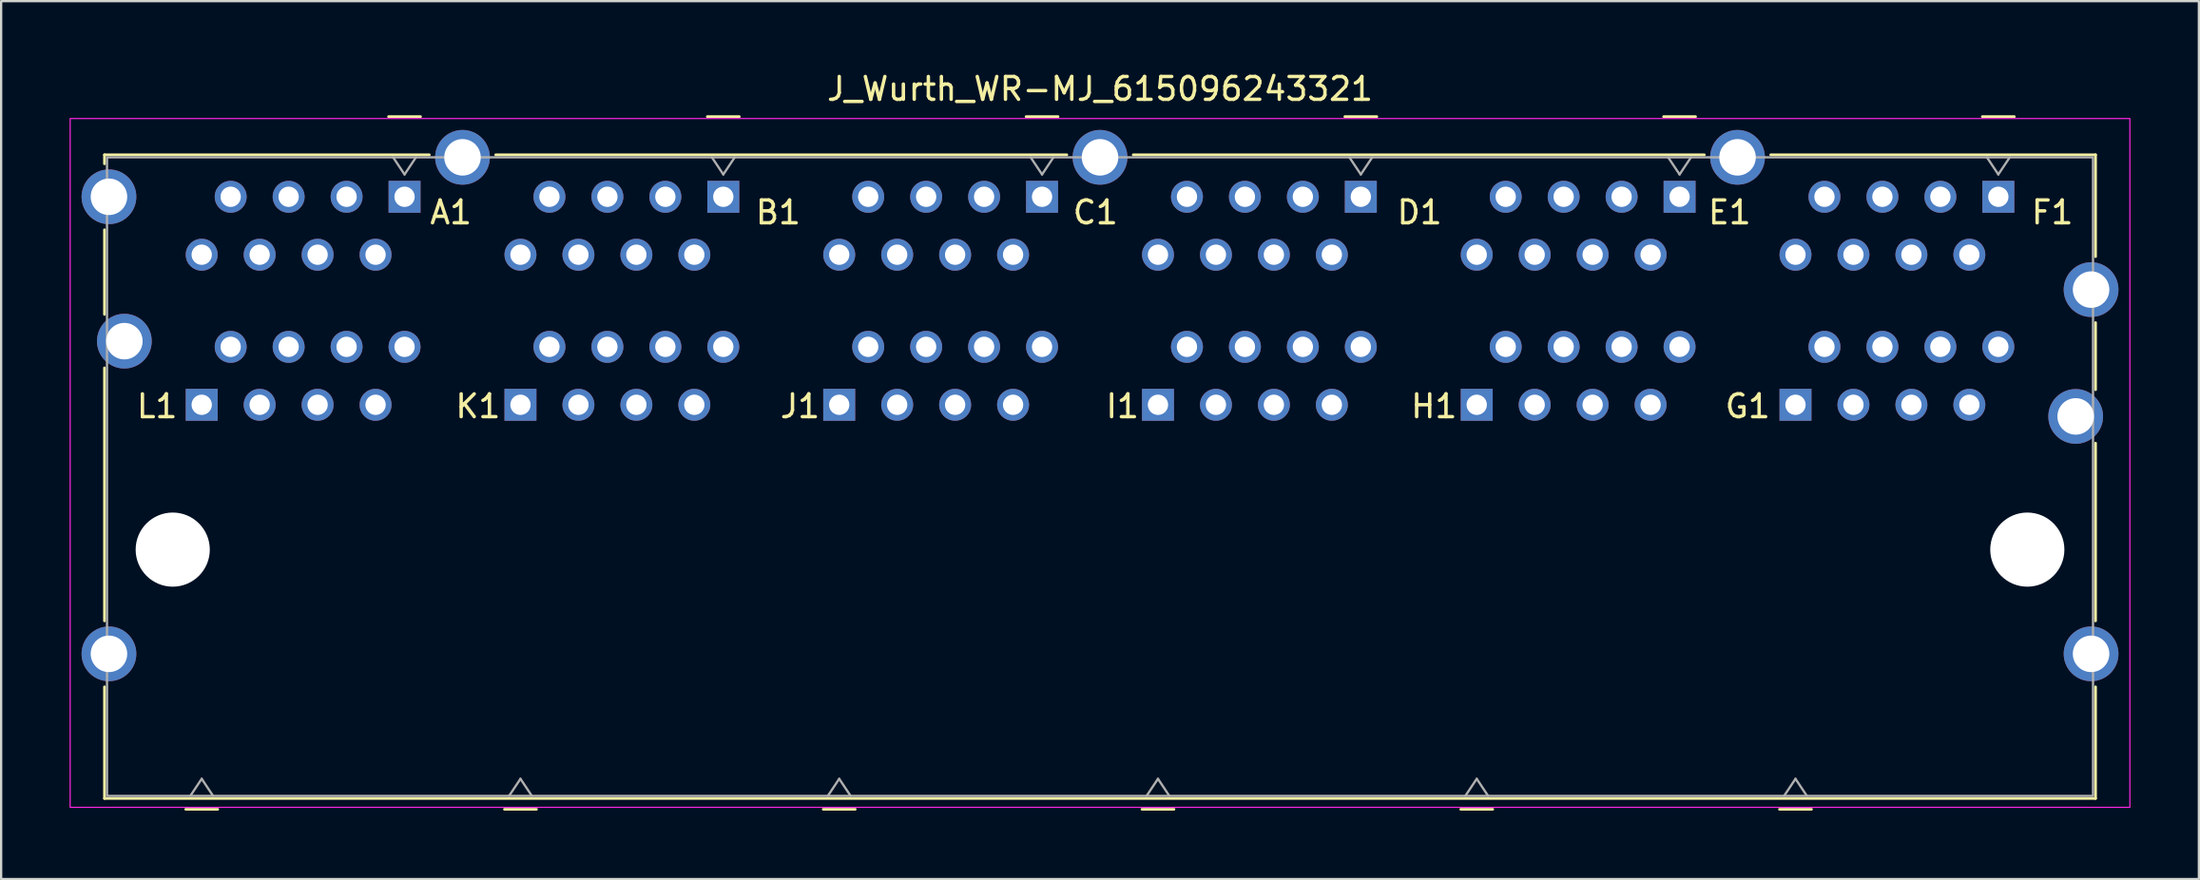
<source format=kicad_pcb>
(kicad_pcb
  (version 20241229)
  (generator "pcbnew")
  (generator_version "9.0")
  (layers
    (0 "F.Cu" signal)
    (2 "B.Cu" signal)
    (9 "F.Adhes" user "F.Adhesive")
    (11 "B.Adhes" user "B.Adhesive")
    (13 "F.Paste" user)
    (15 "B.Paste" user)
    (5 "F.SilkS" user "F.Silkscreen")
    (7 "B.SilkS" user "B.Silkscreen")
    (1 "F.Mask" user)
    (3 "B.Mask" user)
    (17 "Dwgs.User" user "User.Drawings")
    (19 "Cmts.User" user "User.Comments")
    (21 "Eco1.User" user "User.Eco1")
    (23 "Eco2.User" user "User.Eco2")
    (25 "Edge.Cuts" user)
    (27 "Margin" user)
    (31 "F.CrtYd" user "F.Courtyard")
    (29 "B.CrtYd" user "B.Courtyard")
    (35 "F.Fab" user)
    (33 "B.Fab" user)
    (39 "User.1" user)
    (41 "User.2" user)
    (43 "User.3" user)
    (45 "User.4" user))
  (footprint "J_Wurth_WR-MJ_615096243321"
    (layer "F.Cu")
    (at 14.68 5.578)
    (property "Reference" "J_Wurth_WR-MJ_615096243321" (at 30.48 -4.73 0) (unlocked yes) (layer "F.SilkS") (effects (font (size 1 1) (thickness 0.15))))
    (attr through_hole)
    (fp_line (start -13.15 1.447) (end -13.15 5.158) (stroke (width 0.12) (type solid)) (layer "F.SilkS"))
    (fp_line (start -13.15 -1.447) (end -13.15 -1.84) (stroke (width 0.12) (type solid)) (layer "F.SilkS"))
    (fp_line (start -13.15 7.502) (end -13.15 18.593) (stroke (width 0.12) (type solid)) (layer "F.SilkS"))
    (fp_line (start -13.15 21.487) (end -13.15 26.38) (stroke (width 0.12) (type solid)) (layer "F.SilkS"))
    (fp_line (start -9.59 26.855) (end -8.19 26.855) (stroke (width 0.12) (type solid)) (layer "F.SilkS"))
    (fp_line (start 0.7 -3.515) (end -0.7 -3.515) (stroke (width 0.12) (type solid)) (layer "F.SilkS"))
    (fp_line (start 1.084 -1.84) (end -13.15 -1.84) (stroke (width 0.12) (type solid)) (layer "F.SilkS"))
    (fp_line (start 3.996 -1.84) (end 29.024 -1.84) (stroke (width 0.12) (type solid)) (layer "F.SilkS"))
    (fp_line (start 4.38 26.855) (end 5.78 26.855) (stroke (width 0.12) (type solid)) (layer "F.SilkS"))
    (fp_line (start 14.67 -3.515) (end 13.27 -3.515) (stroke (width 0.12) (type solid)) (layer "F.SilkS"))
    (fp_line (start 18.35 26.855) (end 19.75 26.855) (stroke (width 0.12) (type solid)) (layer "F.SilkS"))
    (fp_line (start 28.64 -3.515) (end 27.24 -3.515) (stroke (width 0.12) (type solid)) (layer "F.SilkS"))
    (fp_line (start 31.936 -1.84) (end 56.964 -1.84) (stroke (width 0.12) (type solid)) (layer "F.SilkS"))
    (fp_line (start 32.32 26.855) (end 33.72 26.855) (stroke (width 0.12) (type solid)) (layer "F.SilkS"))
    (fp_line (start 42.61 -3.515) (end 41.21 -3.515) (stroke (width 0.12) (type solid)) (layer "F.SilkS"))
    (fp_line (start 46.29 26.855) (end 47.69 26.855) (stroke (width 0.12) (type solid)) (layer "F.SilkS"))
    (fp_line (start 56.58 -3.515) (end 55.18 -3.515) (stroke (width 0.12) (type solid)) (layer "F.SilkS"))
    (fp_line (start 59.876 -1.84) (end 74.11 -1.84) (stroke (width 0.12) (type solid)) (layer "F.SilkS"))
    (fp_line (start 60.26 26.855) (end 61.66 26.855) (stroke (width 0.12) (type solid)) (layer "F.SilkS"))
    (fp_line (start 70.55 -3.515) (end 69.15 -3.515) (stroke (width 0.12) (type solid)) (layer "F.SilkS"))
    (fp_line (start 74.11 5.517) (end 74.11 8.458) (stroke (width 0.12) (type solid)) (layer "F.SilkS"))
    (fp_line (start 74.11 10.802) (end 74.11 18.593) (stroke (width 0.12) (type solid)) (layer "F.SilkS"))
    (fp_line (start 74.11 21.487) (end 74.11 26.38) (stroke (width 0.12) (type solid)) (layer "F.SilkS"))
    (fp_line (start 74.11 26.38) (end -13.15 26.38) (stroke (width 0.12) (type solid)) (layer "F.SilkS"))
    (fp_line (start 74.11 2.623) (end 74.11 -1.84) (stroke (width 0.12) (type solid)) (layer "F.SilkS"))
    (fp_rect (start -14.655 -3.43) (end 75.615 26.77) (stroke (width 0.05) (type solid)) (fill no) (layer "F.CrtYd"))
    (fp_line (start -8.89 25.52) (end -9.39 26.27) (stroke (width 0.1) (type solid)) (layer "F.Fab"))
    (fp_line (start -8.89 25.52) (end -8.39 26.27) (stroke (width 0.1) (type solid)) (layer "F.Fab"))
    (fp_line (start 0 -0.98) (end -0.5 -1.73) (stroke (width 0.1) (type solid)) (layer "F.Fab"))
    (fp_line (start 0 -0.98) (end 0.5 -1.73) (stroke (width 0.1) (type solid)) (layer "F.Fab"))
    (fp_line (start 5.08 25.52) (end 4.58 26.27) (stroke (width 0.1) (type solid)) (layer "F.Fab"))
    (fp_line (start 5.08 25.52) (end 5.58 26.27) (stroke (width 0.1) (type solid)) (layer "F.Fab"))
    (fp_line (start 13.97 -0.98) (end 13.47 -1.73) (stroke (width 0.1) (type solid)) (layer "F.Fab"))
    (fp_line (start 13.97 -0.98) (end 14.47 -1.73) (stroke (width 0.1) (type solid)) (layer "F.Fab"))
    (fp_line (start 19.05 25.52) (end 18.55 26.27) (stroke (width 0.1) (type solid)) (layer "F.Fab"))
    (fp_line (start 19.05 25.52) (end 19.55 26.27) (stroke (width 0.1) (type solid)) (layer "F.Fab"))
    (fp_line (start 27.94 -0.98) (end 27.44 -1.73) (stroke (width 0.1) (type solid)) (layer "F.Fab"))
    (fp_line (start 27.94 -0.98) (end 28.44 -1.73) (stroke (width 0.1) (type solid)) (layer "F.Fab"))
    (fp_line (start 33.02 25.52) (end 32.52 26.27) (stroke (width 0.1) (type solid)) (layer "F.Fab"))
    (fp_line (start 33.02 25.52) (end 33.52 26.27) (stroke (width 0.1) (type solid)) (layer "F.Fab"))
    (fp_line (start 41.91 -0.98) (end 41.41 -1.73) (stroke (width 0.1) (type solid)) (layer "F.Fab"))
    (fp_line (start 41.91 -0.98) (end 42.41 -1.73) (stroke (width 0.1) (type solid)) (layer "F.Fab"))
    (fp_line (start 46.99 25.52) (end 46.49 26.27) (stroke (width 0.1) (type solid)) (layer "F.Fab"))
    (fp_line (start 46.99 25.52) (end 47.49 26.27) (stroke (width 0.1) (type solid)) (layer "F.Fab"))
    (fp_line (start 55.88 -0.98) (end 55.38 -1.73) (stroke (width 0.1) (type solid)) (layer "F.Fab"))
    (fp_line (start 55.88 -0.98) (end 56.38 -1.73) (stroke (width 0.1) (type solid)) (layer "F.Fab"))
    (fp_line (start 60.96 25.52) (end 60.46 26.27) (stroke (width 0.1) (type solid)) (layer "F.Fab"))
    (fp_line (start 60.96 25.52) (end 61.46 26.27) (stroke (width 0.1) (type solid)) (layer "F.Fab"))
    (fp_line (start 69.85 -0.98) (end 69.35 -1.73) (stroke (width 0.1) (type solid)) (layer "F.Fab"))
    (fp_line (start 69.85 -0.98) (end 70.35 -1.73) (stroke (width 0.1) (type solid)) (layer "F.Fab"))
    (fp_rect (start -13.04 -1.73) (end 74 26.27) (stroke (width 0.1) (type solid)) (fill no) (layer "F.Fab"))
    (fp_text user "E1" (at 57.045 1.27 0) (unlocked yes) (layer "F.SilkS") (effects (font (size 1 1) (thickness 0.15)) (justify left bottom)))
    (fp_text user "K1" (at 2.145 9.77 0) (unlocked yes) (layer "F.SilkS") (effects (font (size 1 1) (thickness 0.15)) (justify left bottom)))
    (fp_text user "H1" (at 44.02 9.77 0) (unlocked yes) (layer "F.SilkS") (effects (font (size 1 1) (thickness 0.15)) (justify left bottom)))
    (fp_text user "B1" (at 15.3 1.27 0) (unlocked yes) (layer "F.SilkS") (effects (font (size 1 1) (thickness 0.15)) (justify left bottom)))
    (fp_text user "L1" (at -11.825 9.77 0) (unlocked yes) (layer "F.SilkS") (effects (font (size 1 1) (thickness 0.15)) (justify left bottom)))
    (fp_text user "F1" (at 71.215 1.27 0) (unlocked yes) (layer "F.SilkS") (effects (font (size 1 1) (thickness 0.15)) (justify left bottom)))
    (fp_text user "I1" (at 30.65 9.77 0) (unlocked yes) (layer "F.SilkS") (effects (font (size 1 1) (thickness 0.15)) (justify left bottom)))
    (fp_text user "A1" (at 1.03 1.27 0) (unlocked yes) (layer "F.SilkS") (effects (font (size 1 1) (thickness 0.15)) (justify left bottom)))
    (fp_text user "J1" (at 16.38 9.77 0) (unlocked yes) (layer "F.SilkS") (effects (font (size 1 1) (thickness 0.15)) (justify left bottom)))
    (fp_text user "C1" (at 29.205 1.27 0) (unlocked yes) (layer "F.SilkS") (effects (font (size 1 1) (thickness 0.15)) (justify left bottom)))
    (fp_text user "D1" (at 43.41 1.27 0) (unlocked yes) (layer "F.SilkS") (effects (font (size 1 1) (thickness 0.15)) (justify left bottom)))
    (fp_text user "G1" (at 57.79 9.77 0) (unlocked yes) (layer "F.SilkS") (effects (font (size 1 1) (thickness 0.15)) (justify left bottom)))
    (pad "" np_thru_hole circle (at -10.16 15.47) (size 3.25 3.25) (drill 3.25) (layers "*.Cu" "*.Mask"))
    (pad "" np_thru_hole circle (at 71.12 15.47) (size 3.25 3.25) (drill 3.25) (layers "*.Cu" "*.Mask"))
    (pad "A1" thru_hole rect (at 0 0) (size 1.4 1.4) (drill 0.89) (layers "*.Cu" "*.Mask"))
    (pad "A2" thru_hole circle (at -1.27 2.54) (size 1.4 1.4) (drill 0.89) (layers "*.Cu" "*.Mask"))
    (pad "A3" thru_hole circle (at -2.54 0) (size 1.4 1.4) (drill 0.89) (layers "*.Cu" "*.Mask"))
    (pad "A4" thru_hole circle (at -3.81 2.54) (size 1.4 1.4) (drill 0.89) (layers "*.Cu" "*.Mask"))
    (pad "A5" thru_hole circle (at -5.08 0) (size 1.4 1.4) (drill 0.89) (layers "*.Cu" "*.Mask"))
    (pad "A6" thru_hole circle (at -6.35 2.54) (size 1.4 1.4) (drill 0.89) (layers "*.Cu" "*.Mask"))
    (pad "A7" thru_hole circle (at -7.62 0) (size 1.4 1.4) (drill 0.89) (layers "*.Cu" "*.Mask"))
    (pad "A8" thru_hole circle (at -8.89 2.54) (size 1.4 1.4) (drill 0.89) (layers "*.Cu" "*.Mask"))
    (pad "B1" thru_hole rect (at 13.97 0) (size 1.4 1.4) (drill 0.89) (layers "*.Cu" "*.Mask"))
    (pad "B2" thru_hole circle (at 12.7 2.54) (size 1.4 1.4) (drill 0.89) (layers "*.Cu" "*.Mask"))
    (pad "B3" thru_hole circle (at 11.43 0) (size 1.4 1.4) (drill 0.89) (layers "*.Cu" "*.Mask"))
    (pad "B4" thru_hole circle (at 10.16 2.54) (size 1.4 1.4) (drill 0.89) (layers "*.Cu" "*.Mask"))
    (pad "B5" thru_hole circle (at 8.89 0) (size 1.4 1.4) (drill 0.89) (layers "*.Cu" "*.Mask"))
    (pad "B6" thru_hole circle (at 7.62 2.54) (size 1.4 1.4) (drill 0.89) (layers "*.Cu" "*.Mask"))
    (pad "B7" thru_hole circle (at 6.35 0) (size 1.4 1.4) (drill 0.89) (layers "*.Cu" "*.Mask"))
    (pad "B8" thru_hole circle (at 5.08 2.54) (size 1.4 1.4) (drill 0.89) (layers "*.Cu" "*.Mask"))
    (pad "C1" thru_hole rect (at 27.94 0) (size 1.4 1.4) (drill 0.89) (layers "*.Cu" "*.Mask"))
    (pad "C2" thru_hole circle (at 26.67 2.54) (size 1.4 1.4) (drill 0.89) (layers "*.Cu" "*.Mask"))
    (pad "C3" thru_hole circle (at 25.4 0) (size 1.4 1.4) (drill 0.89) (layers "*.Cu" "*.Mask"))
    (pad "C4" thru_hole circle (at 24.13 2.54) (size 1.4 1.4) (drill 0.89) (layers "*.Cu" "*.Mask"))
    (pad "C5" thru_hole circle (at 22.86 0) (size 1.4 1.4) (drill 0.89) (layers "*.Cu" "*.Mask"))
    (pad "C6" thru_hole circle (at 21.59 2.54) (size 1.4 1.4) (drill 0.89) (layers "*.Cu" "*.Mask"))
    (pad "C7" thru_hole circle (at 20.32 0) (size 1.4 1.4) (drill 0.89) (layers "*.Cu" "*.Mask"))
    (pad "C8" thru_hole circle (at 19.05 2.54) (size 1.4 1.4) (drill 0.89) (layers "*.Cu" "*.Mask"))
    (pad "D1" thru_hole rect (at 41.91 0) (size 1.4 1.4) (drill 0.89) (layers "*.Cu" "*.Mask"))
    (pad "D2" thru_hole circle (at 40.64 2.54) (size 1.4 1.4) (drill 0.89) (layers "*.Cu" "*.Mask"))
    (pad "D3" thru_hole circle (at 39.37 0) (size 1.4 1.4) (drill 0.89) (layers "*.Cu" "*.Mask"))
    (pad "D4" thru_hole circle (at 38.1 2.54) (size 1.4 1.4) (drill 0.89) (layers "*.Cu" "*.Mask"))
    (pad "D5" thru_hole circle (at 36.83 0) (size 1.4 1.4) (drill 0.89) (layers "*.Cu" "*.Mask"))
    (pad "D6" thru_hole circle (at 35.56 2.54) (size 1.4 1.4) (drill 0.89) (layers "*.Cu" "*.Mask"))
    (pad "D7" thru_hole circle (at 34.29 0) (size 1.4 1.4) (drill 0.89) (layers "*.Cu" "*.Mask"))
    (pad "D8" thru_hole circle (at 33.02 2.54) (size 1.4 1.4) (drill 0.89) (layers "*.Cu" "*.Mask"))
    (pad "E1" thru_hole rect (at 55.88 0) (size 1.4 1.4) (drill 0.89) (layers "*.Cu" "*.Mask"))
    (pad "E2" thru_hole circle (at 54.61 2.54) (size 1.4 1.4) (drill 0.89) (layers "*.Cu" "*.Mask"))
    (pad "E3" thru_hole circle (at 53.34 0) (size 1.4 1.4) (drill 0.89) (layers "*.Cu" "*.Mask"))
    (pad "E4" thru_hole circle (at 52.07 2.54) (size 1.4 1.4) (drill 0.89) (layers "*.Cu" "*.Mask"))
    (pad "E5" thru_hole circle (at 50.8 0) (size 1.4 1.4) (drill 0.89) (layers "*.Cu" "*.Mask"))
    (pad "E6" thru_hole circle (at 49.53 2.54) (size 1.4 1.4) (drill 0.89) (layers "*.Cu" "*.Mask"))
    (pad "E7" thru_hole circle (at 48.26 0) (size 1.4 1.4) (drill 0.89) (layers "*.Cu" "*.Mask"))
    (pad "E8" thru_hole circle (at 46.99 2.54) (size 1.4 1.4) (drill 0.89) (layers "*.Cu" "*.Mask"))
    (pad "F1" thru_hole rect (at 69.85 0) (size 1.4 1.4) (drill 0.89) (layers "*.Cu" "*.Mask"))
    (pad "F2" thru_hole circle (at 68.58 2.54) (size 1.4 1.4) (drill 0.89) (layers "*.Cu" "*.Mask"))
    (pad "F3" thru_hole circle (at 67.31 0) (size 1.4 1.4) (drill 0.89) (layers "*.Cu" "*.Mask"))
    (pad "F4" thru_hole circle (at 66.04 2.54) (size 1.4 1.4) (drill 0.89) (layers "*.Cu" "*.Mask"))
    (pad "F5" thru_hole circle (at 64.77 0) (size 1.4 1.4) (drill 0.89) (layers "*.Cu" "*.Mask"))
    (pad "F6" thru_hole circle (at 63.5 2.54) (size 1.4 1.4) (drill 0.89) (layers "*.Cu" "*.Mask"))
    (pad "F7" thru_hole circle (at 62.23 0) (size 1.4 1.4) (drill 0.89) (layers "*.Cu" "*.Mask"))
    (pad "F8" thru_hole circle (at 60.96 2.54) (size 1.4 1.4) (drill 0.89) (layers "*.Cu" "*.Mask"))
    (pad "G1" thru_hole rect (at 60.96 9.12) (size 1.4 1.4) (drill 0.89) (layers "*.Cu" "*.Mask"))
    (pad "G2" thru_hole circle (at 62.23 6.58) (size 1.4 1.4) (drill 0.89) (layers "*.Cu" "*.Mask"))
    (pad "G3" thru_hole circle (at 63.5 9.12) (size 1.4 1.4) (drill 0.89) (layers "*.Cu" "*.Mask"))
    (pad "G4" thru_hole circle (at 64.77 6.58) (size 1.4 1.4) (drill 0.89) (layers "*.Cu" "*.Mask"))
    (pad "G5" thru_hole circle (at 66.04 9.12) (size 1.4 1.4) (drill 0.89) (layers "*.Cu" "*.Mask"))
    (pad "G6" thru_hole circle (at 67.31 6.58) (size 1.4 1.4) (drill 0.89) (layers "*.Cu" "*.Mask"))
    (pad "G7" thru_hole circle (at 68.58 9.12) (size 1.4 1.4) (drill 0.89) (layers "*.Cu" "*.Mask"))
    (pad "G8" thru_hole circle (at 69.85 6.58) (size 1.4 1.4) (drill 0.89) (layers "*.Cu" "*.Mask"))
    (pad "H1" thru_hole rect (at 46.99 9.12) (size 1.4 1.4) (drill 0.89) (layers "*.Cu" "*.Mask"))
    (pad "H2" thru_hole circle (at 48.26 6.58) (size 1.4 1.4) (drill 0.89) (layers "*.Cu" "*.Mask"))
    (pad "H3" thru_hole circle (at 49.53 9.12) (size 1.4 1.4) (drill 0.89) (layers "*.Cu" "*.Mask"))
    (pad "H4" thru_hole circle (at 50.8 6.58) (size 1.4 1.4) (drill 0.89) (layers "*.Cu" "*.Mask"))
    (pad "H5" thru_hole circle (at 52.07 9.12) (size 1.4 1.4) (drill 0.89) (layers "*.Cu" "*.Mask"))
    (pad "H6" thru_hole circle (at 53.34 6.58) (size 1.4 1.4) (drill 0.89) (layers "*.Cu" "*.Mask"))
    (pad "H7" thru_hole circle (at 54.61 9.12) (size 1.4 1.4) (drill 0.89) (layers "*.Cu" "*.Mask"))
    (pad "H8" thru_hole circle (at 55.88 6.58) (size 1.4 1.4) (drill 0.89) (layers "*.Cu" "*.Mask"))
    (pad "I1" thru_hole rect (at 33.02 9.12) (size 1.4 1.4) (drill 0.89) (layers "*.Cu" "*.Mask"))
    (pad "I2" thru_hole circle (at 34.29 6.58) (size 1.4 1.4) (drill 0.89) (layers "*.Cu" "*.Mask"))
    (pad "I3" thru_hole circle (at 35.56 9.12) (size 1.4 1.4) (drill 0.89) (layers "*.Cu" "*.Mask"))
    (pad "I4" thru_hole circle (at 36.83 6.58) (size 1.4 1.4) (drill 0.89) (layers "*.Cu" "*.Mask"))
    (pad "I5" thru_hole circle (at 38.1 9.12) (size 1.4 1.4) (drill 0.89) (layers "*.Cu" "*.Mask"))
    (pad "I6" thru_hole circle (at 39.37 6.58) (size 1.4 1.4) (drill 0.89) (layers "*.Cu" "*.Mask"))
    (pad "I7" thru_hole circle (at 40.64 9.12) (size 1.4 1.4) (drill 0.89) (layers "*.Cu" "*.Mask"))
    (pad "I8" thru_hole circle (at 41.91 6.58) (size 1.4 1.4) (drill 0.89) (layers "*.Cu" "*.Mask"))
    (pad "J1" thru_hole rect (at 19.05 9.12) (size 1.4 1.4) (drill 0.89) (layers "*.Cu" "*.Mask"))
    (pad "J2" thru_hole circle (at 20.32 6.58) (size 1.4 1.4) (drill 0.89) (layers "*.Cu" "*.Mask"))
    (pad "J3" thru_hole circle (at 21.59 9.12) (size 1.4 1.4) (drill 0.89) (layers "*.Cu" "*.Mask"))
    (pad "J4" thru_hole circle (at 22.86 6.58) (size 1.4 1.4) (drill 0.89) (layers "*.Cu" "*.Mask"))
    (pad "J5" thru_hole circle (at 24.13 9.12) (size 1.4 1.4) (drill 0.89) (layers "*.Cu" "*.Mask"))
    (pad "J6" thru_hole circle (at 25.4 6.58) (size 1.4 1.4) (drill 0.89) (layers "*.Cu" "*.Mask"))
    (pad "J7" thru_hole circle (at 26.67 9.12) (size 1.4 1.4) (drill 0.89) (layers "*.Cu" "*.Mask"))
    (pad "J8" thru_hole circle (at 27.94 6.58) (size 1.4 1.4) (drill 0.89) (layers "*.Cu" "*.Mask"))
    (pad "K1" thru_hole rect (at 5.08 9.12) (size 1.4 1.4) (drill 0.89) (layers "*.Cu" "*.Mask"))
    (pad "K2" thru_hole circle (at 6.35 6.58) (size 1.4 1.4) (drill 0.89) (layers "*.Cu" "*.Mask"))
    (pad "K3" thru_hole circle (at 7.62 9.12) (size 1.4 1.4) (drill 0.89) (layers "*.Cu" "*.Mask"))
    (pad "K4" thru_hole circle (at 8.89 6.58) (size 1.4 1.4) (drill 0.89) (layers "*.Cu" "*.Mask"))
    (pad "K5" thru_hole circle (at 10.16 9.12) (size 1.4 1.4) (drill 0.89) (layers "*.Cu" "*.Mask"))
    (pad "K6" thru_hole circle (at 11.43 6.58) (size 1.4 1.4) (drill 0.89) (layers "*.Cu" "*.Mask"))
    (pad "K7" thru_hole circle (at 12.7 9.12) (size 1.4 1.4) (drill 0.89) (layers "*.Cu" "*.Mask"))
    (pad "K8" thru_hole circle (at 13.97 6.58) (size 1.4 1.4) (drill 0.89) (layers "*.Cu" "*.Mask"))
    (pad "L1" thru_hole rect (at -8.89 9.12) (size 1.4 1.4) (drill 0.89) (layers "*.Cu" "*.Mask"))
    (pad "L2" thru_hole circle (at -7.62 6.58) (size 1.4 1.4) (drill 0.89) (layers "*.Cu" "*.Mask"))
    (pad "L3" thru_hole circle (at -6.35 9.12) (size 1.4 1.4) (drill 0.89) (layers "*.Cu" "*.Mask"))
    (pad "L4" thru_hole circle (at -5.08 6.58) (size 1.4 1.4) (drill 0.89) (layers "*.Cu" "*.Mask"))
    (pad "L5" thru_hole circle (at -3.81 9.12) (size 1.4 1.4) (drill 0.89) (layers "*.Cu" "*.Mask"))
    (pad "L6" thru_hole circle (at -2.54 6.58) (size 1.4 1.4) (drill 0.89) (layers "*.Cu" "*.Mask"))
    (pad "L7" thru_hole circle (at -1.27 9.12) (size 1.4 1.4) (drill 0.89) (layers "*.Cu" "*.Mask"))
    (pad "L8" thru_hole circle (at 0 6.58) (size 1.4 1.4) (drill 0.89) (layers "*.Cu" "*.Mask"))
    (pad "S1" thru_hole circle (at -12.955 20.04) (size 2.4 2.4) (drill 1.6) (layers "*.Cu" "*.Mask"))
    (pad "S2" thru_hole circle (at -12.28 6.33) (size 2.4 2.4) (drill 1.6) (layers "*.Cu" "*.Mask"))
    (pad "S3" thru_hole circle (at -12.955 0) (size 2.4 2.4) (drill 1.6) (layers "*.Cu" "*.Mask"))
    (pad "S4" thru_hole circle (at 2.54 -1.73) (size 2.4 2.4) (drill 1.6) (layers "*.Cu" "*.Mask"))
    (pad "S5" thru_hole circle (at 30.48 -1.73) (size 2.4 2.4) (drill 1.6) (layers "*.Cu" "*.Mask"))
    (pad "S6" thru_hole circle (at 58.42 -1.73) (size 2.4 2.4) (drill 1.6) (layers "*.Cu" "*.Mask"))
    (pad "S7" thru_hole circle (at 73.915 4.07) (size 2.4 2.4) (drill 1.6) (layers "*.Cu" "*.Mask"))
    (pad "S8" thru_hole circle (at 73.24 9.63) (size 2.4 2.4) (drill 1.6) (layers "*.Cu" "*.Mask"))
    (pad "S9" thru_hole circle (at 73.915 20.04) (size 2.4 2.4) (drill 1.6) (layers "*.Cu" "*.Mask")))
  (gr_rect
    (start -3 -3)
    (end 93.32 35.493)
    (stroke (width 0.1) (type default))
    (fill no)
    (layer "Edge.Cuts")))
</source>
